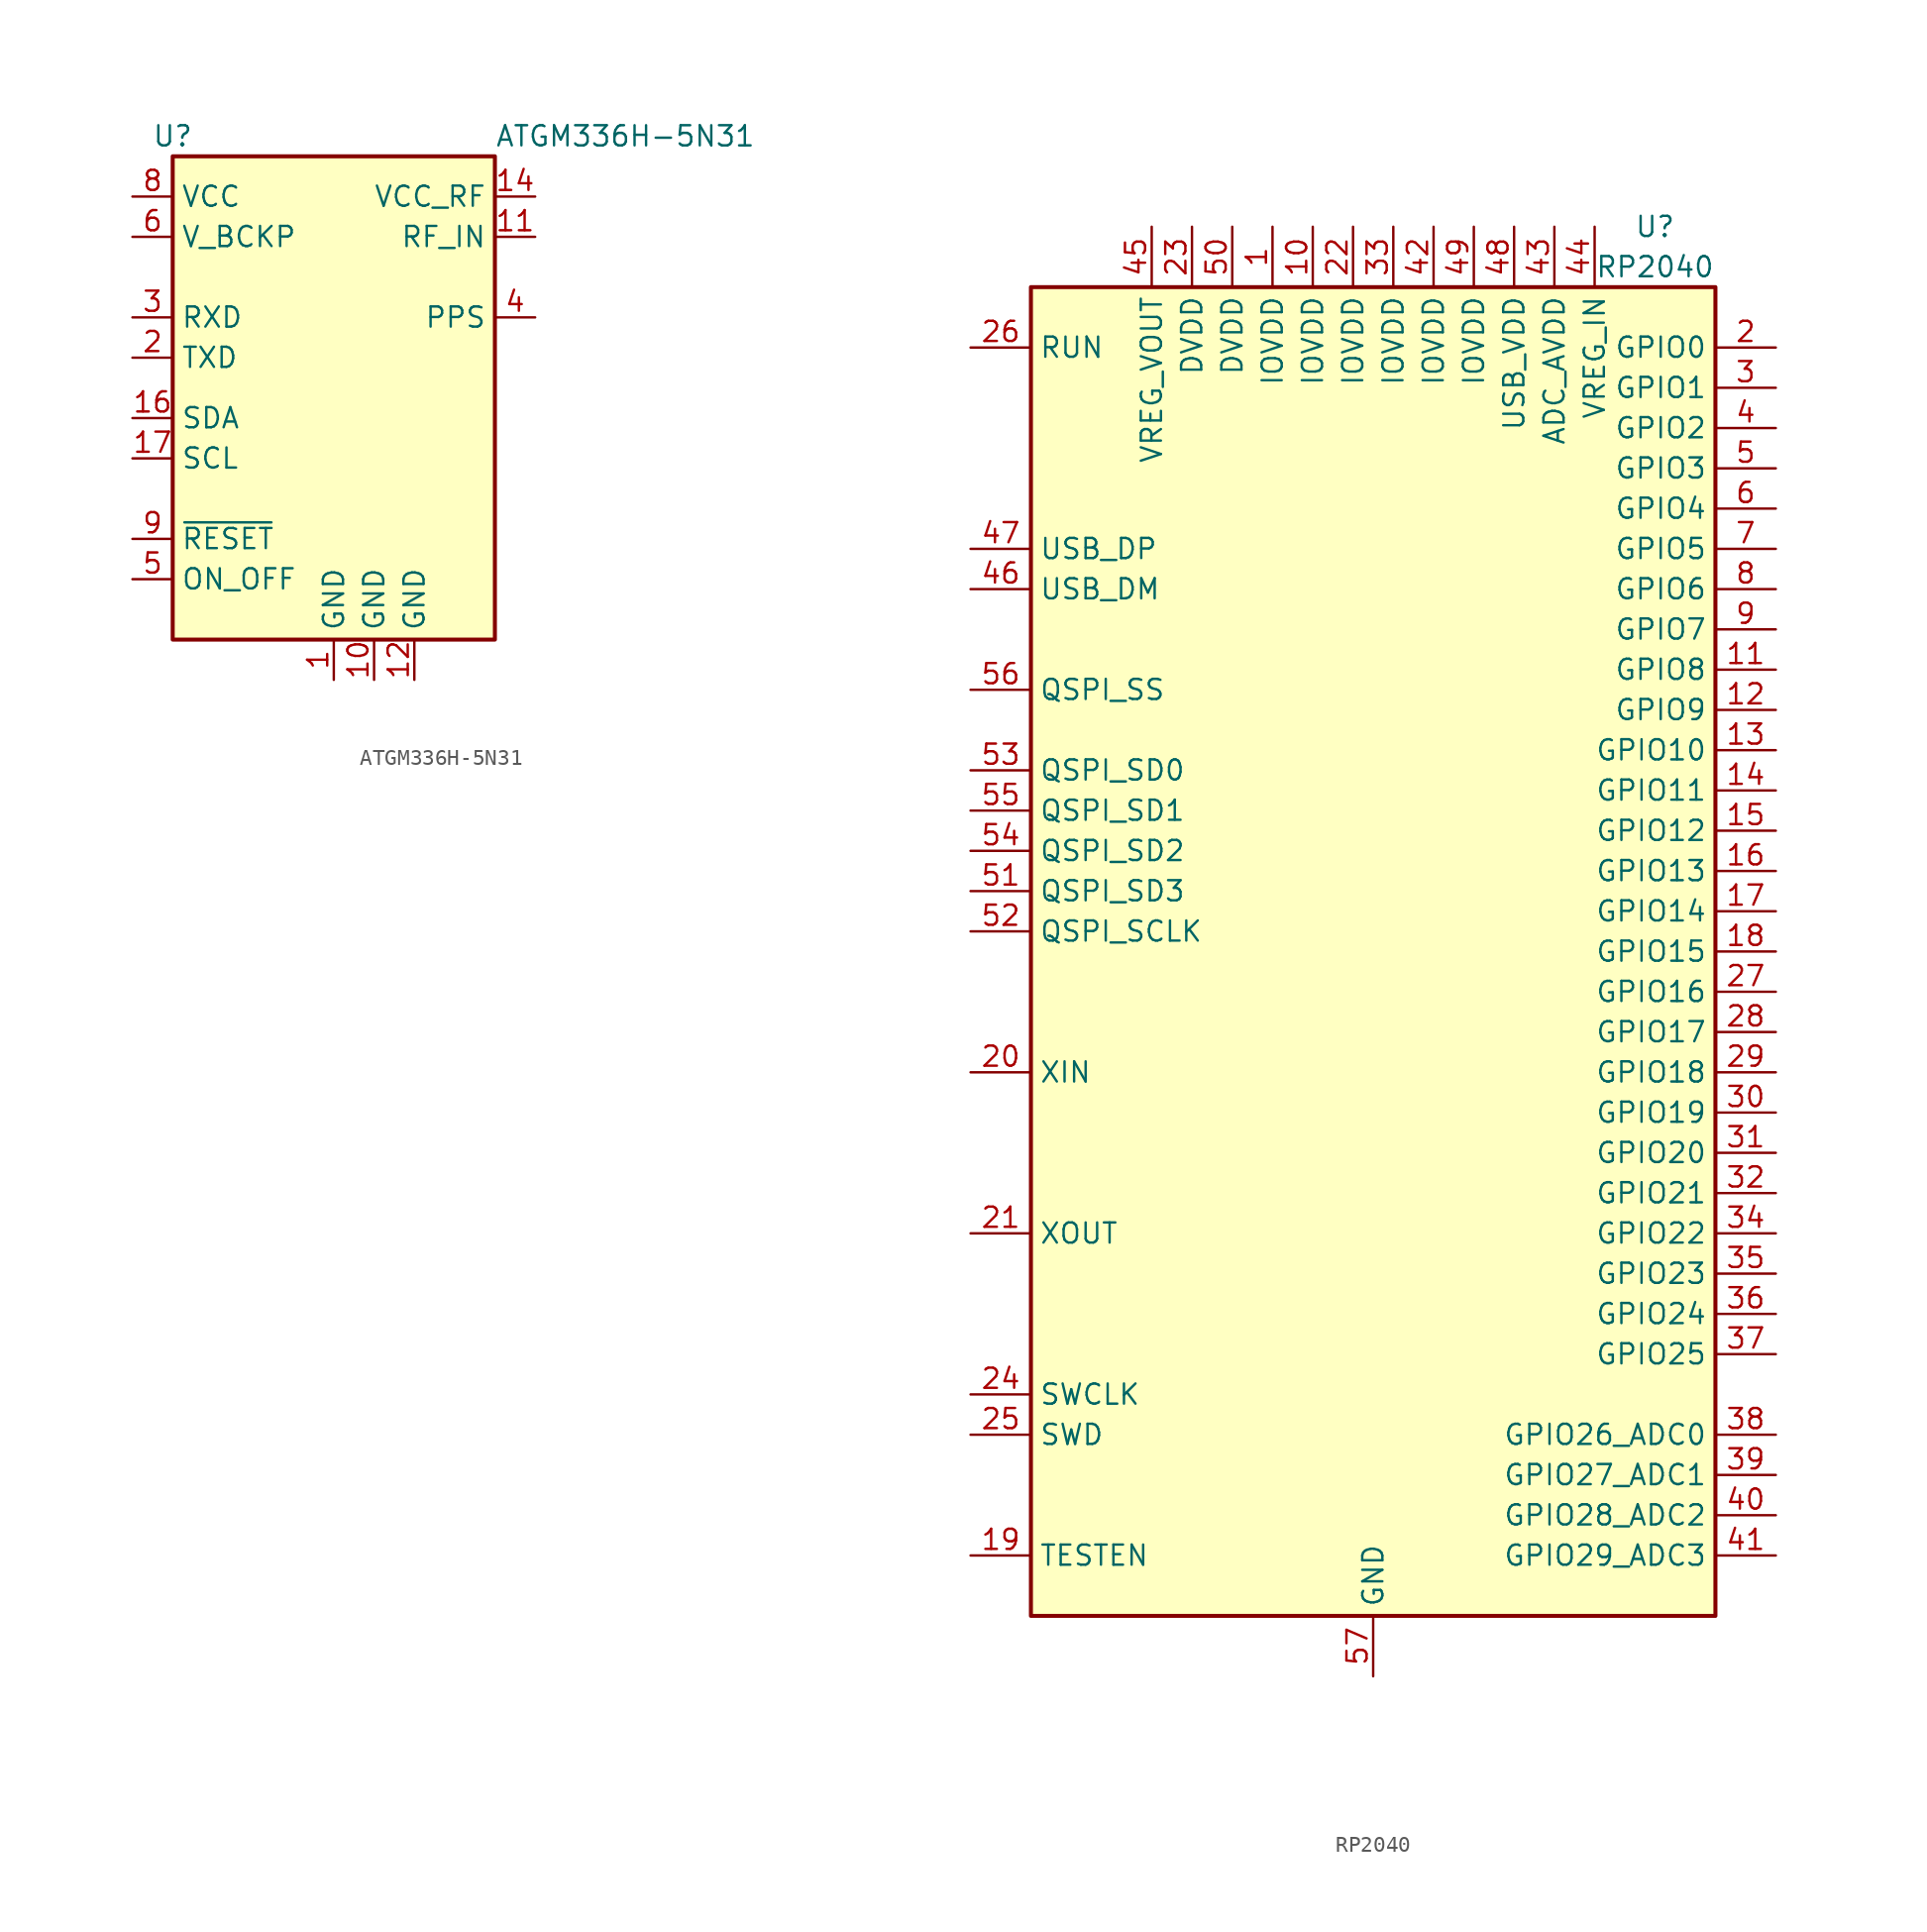
<source format=kicad_sym>
(kicad_symbol_lib
  (version 20241209)
  (generator "kicad_symbol_editor")
  (generator_version "9.0")
  (symbol "ATGM336H-5N31"
    (property "Reference" "U"
      (at -10.16 15.24 0)
      (effects (font (size 1.27 1.27))))
    (property "Value" "ATGM336H-5N31"
      (at 10.16 15.24 0)
      (effects (font (size 1.27 1.27)) (justify left)))
    (symbol "ATGM336H-5N31_0_1"
      (rectangle (start -10.16 13.97) (end 10.16 -16.51) (stroke (width 0.254) (type default)) (fill (type background))))
    (symbol "ATGM336H-5N31_1_1"
      (pin power_in line (at -12.7 11.43 0) (length 2.54) (name "VCC" (effects (font (size 1.27 1.27)))) (number "8" (effects (font (size 1.27 1.27)))))
      (pin power_in line (at -12.7 8.89 0) (length 2.54) (name "V_BCKP" (effects (font (size 1.27 1.27)))) (number "6" (effects (font (size 1.27 1.27)))))
      (pin input line (at -12.7 3.81 0) (length 2.54) (name "RXD" (effects (font (size 1.27 1.27)))) (number "3" (effects (font (size 1.27 1.27)))))
      (pin output line (at -12.7 1.27 0) (length 2.54) (name "TXD" (effects (font (size 1.27 1.27)))) (number "2" (effects (font (size 1.27 1.27)))))
      (pin bidirectional line (at -12.7 -2.54 0) (length 2.54) (name "SDA" (effects (font (size 1.27 1.27)))) (number "16" (effects (font (size 1.27 1.27)))))
      (pin input line (at -12.7 -5.08 0) (length 2.54) (name "SCL" (effects (font (size 1.27 1.27)))) (number "17" (effects (font (size 1.27 1.27)))))
      (pin input line (at -12.7 -10.16 0) (length 2.54) (name "~{RESET}" (effects (font (size 1.27 1.27)))) (number "9" (effects (font (size 1.27 1.27)))))
      (pin input line (at -12.7 -12.7 0) (length 2.54) (name "ON_OFF" (effects (font (size 1.27 1.27)))) (number "5" (effects (font (size 1.27 1.27)))))
      (pin power_in line (at 0 -19.05 90) (length 2.54) (name "GND" (effects (font (size 1.27 1.27)))) (number "1" (effects (font (size 1.27 1.27)))))
      (pin power_in line (at 2.54 -19.05 90) (length 2.54) (name "GND" (effects (font (size 1.27 1.27)))) (number "10" (effects (font (size 1.27 1.27)))))
      (pin power_in line (at 5.08 -19.05 90) (length 2.54) (name "GND" (effects (font (size 1.27 1.27)))) (number "12" (effects (font (size 1.27 1.27)))))
      (pin power_out line (at 12.7 11.43 180) (length 2.54) (name "VCC_RF" (effects (font (size 1.27 1.27)))) (number "14" (effects (font (size 1.27 1.27)))))
      (pin input line (at 12.7 8.89 180) (length 2.54) (name "RF_IN" (effects (font (size 1.27 1.27)))) (number "11" (effects (font (size 1.27 1.27)))))
      (pin output line (at 12.7 3.81 180) (length 2.54) (name "PPS" (effects (font (size 1.27 1.27)))) (number "4" (effects (font (size 1.27 1.27)))))
      (pin no_connect line (at 12.7 -1.27 180) (length 2.54) (hide yes) (name "NC" (effects (font (size 1.27 1.27)))) (number "7" (effects (font (size 1.27 1.27)))))
      (pin no_connect line (at 12.7 -3.81 180) (length 2.54) (hide yes) (name "NC" (effects (font (size 1.27 1.27)))) (number "18" (effects (font (size 1.27 1.27)))))
      (pin no_connect line (at 12.7 -6.35 180) (length 2.54) (hide yes) (name "NC" (effects (font (size 1.27 1.27)))) (number "13" (effects (font (size 1.27 1.27)))))
      (pin no_connect line (at 12.7 -8.89 180) (length 2.54) (hide yes) (name "NC" (effects (font (size 1.27 1.27)))) (number "15" (effects (font (size 1.27 1.27)))))))
  (symbol "RP2040"
    (property "Reference" "U"
      (at 17.78 45.72 0)
      (effects (font (size 1.27 1.27))))
    (property "Value" "RP2040"
      (at 17.78 43.18 0)
      (effects (font (size 1.27 1.27))))
    (symbol "RP2040_0_1"
      (rectangle (start -21.59 41.91) (end 21.59 -41.91) (stroke (width 0.254) (type default)) (fill (type background))))
    (symbol "RP2040_1_1"
      (pin input line (at -25.4 38.1 0) (length 3.81) (name "RUN" (effects (font (size 1.27 1.27)))) (number "26" (effects (font (size 1.27 1.27)))))
      (pin bidirectional line (at -25.4 25.4 0) (length 3.81) (name "USB_DP" (effects (font (size 1.27 1.27)))) (number "47" (effects (font (size 1.27 1.27)))))
      (pin bidirectional line (at -25.4 22.86 0) (length 3.81) (name "USB_DM" (effects (font (size 1.27 1.27)))) (number "46" (effects (font (size 1.27 1.27)))))
      (pin bidirectional line (at -25.4 16.51 0) (length 3.81) (name "QSPI_SS" (effects (font (size 1.27 1.27)))) (number "56" (effects (font (size 1.27 1.27)))))
      (pin bidirectional line (at -25.4 11.43 0) (length 3.81) (name "QSPI_SD0" (effects (font (size 1.27 1.27)))) (number "53" (effects (font (size 1.27 1.27)))))
      (pin bidirectional line (at -25.4 8.89 0) (length 3.81) (name "QSPI_SD1" (effects (font (size 1.27 1.27)))) (number "55" (effects (font (size 1.27 1.27)))))
      (pin bidirectional line (at -25.4 6.35 0) (length 3.81) (name "QSPI_SD2" (effects (font (size 1.27 1.27)))) (number "54" (effects (font (size 1.27 1.27)))))
      (pin bidirectional line (at -25.4 3.81 0) (length 3.81) (name "QSPI_SD3" (effects (font (size 1.27 1.27)))) (number "51" (effects (font (size 1.27 1.27)))))
      (pin output line (at -25.4 1.27 0) (length 3.81) (name "QSPI_SCLK" (effects (font (size 1.27 1.27)))) (number "52" (effects (font (size 1.27 1.27)))))
      (pin input line (at -25.4 -7.62 0) (length 3.81) (name "XIN" (effects (font (size 1.27 1.27)))) (number "20" (effects (font (size 1.27 1.27)))))
      (pin passive line (at -25.4 -17.78 0) (length 3.81) (name "XOUT" (effects (font (size 1.27 1.27)))) (number "21" (effects (font (size 1.27 1.27)))))
      (pin input line (at -25.4 -27.94 0) (length 3.81) (name "SWCLK" (effects (font (size 1.27 1.27)))) (number "24" (effects (font (size 1.27 1.27)))))
      (pin bidirectional line (at -25.4 -30.48 0) (length 3.81) (name "SWD" (effects (font (size 1.27 1.27)))) (number "25" (effects (font (size 1.27 1.27)))))
      (pin input line (at -25.4 -38.1 0) (length 3.81) (name "TESTEN" (effects (font (size 1.27 1.27)))) (number "19" (effects (font (size 1.27 1.27)))))
      (pin power_out line (at -13.97 45.72 270) (length 3.81) (name "VREG_VOUT" (effects (font (size 1.27 1.27)))) (number "45" (effects (font (size 1.27 1.27)))))
      (pin power_in line (at -11.43 45.72 270) (length 3.81) (name "DVDD" (effects (font (size 1.27 1.27)))) (number "23" (effects (font (size 1.27 1.27)))))
      (pin passive line (at -8.89 45.72 270) (length 3.81) (name "DVDD" (effects (font (size 1.27 1.27)))) (number "50" (effects (font (size 1.27 1.27)))))
      (pin power_in line (at -6.35 45.72 270) (length 3.81) (name "IOVDD" (effects (font (size 1.27 1.27)))) (number "1" (effects (font (size 1.27 1.27)))))
      (pin passive line (at -3.81 45.72 270) (length 3.81) (name "IOVDD" (effects (font (size 1.27 1.27)))) (number "10" (effects (font (size 1.27 1.27)))))
      (pin passive line (at -1.27 45.72 270) (length 3.81) (name "IOVDD" (effects (font (size 1.27 1.27)))) (number "22" (effects (font (size 1.27 1.27)))))
      (pin power_in line (at 0 -45.72 90) (length 3.81) (name "GND" (effects (font (size 1.27 1.27)))) (number "57" (effects (font (size 1.27 1.27)))))
      (pin passive line (at 1.27 45.72 270) (length 3.81) (name "IOVDD" (effects (font (size 1.27 1.27)))) (number "33" (effects (font (size 1.27 1.27)))))
      (pin passive line (at 3.81 45.72 270) (length 3.81) (name "IOVDD" (effects (font (size 1.27 1.27)))) (number "42" (effects (font (size 1.27 1.27)))))
      (pin passive line (at 6.35 45.72 270) (length 3.81) (name "IOVDD" (effects (font (size 1.27 1.27)))) (number "49" (effects (font (size 1.27 1.27)))))
      (pin power_in line (at 8.89 45.72 270) (length 3.81) (name "USB_VDD" (effects (font (size 1.27 1.27)))) (number "48" (effects (font (size 1.27 1.27)))))
      (pin power_in line (at 11.43 45.72 270) (length 3.81) (name "ADC_AVDD" (effects (font (size 1.27 1.27)))) (number "43" (effects (font (size 1.27 1.27)))))
      (pin power_in line (at 13.97 45.72 270) (length 3.81) (name "VREG_IN" (effects (font (size 1.27 1.27)))) (number "44" (effects (font (size 1.27 1.27)))))
      (pin bidirectional line (at 25.4 38.1 180) (length 3.81) (name "GPIO0" (effects (font (size 1.27 1.27)))) (number "2" (effects (font (size 1.27 1.27)))))
      (pin bidirectional line (at 25.4 35.56 180) (length 3.81) (name "GPIO1" (effects (font (size 1.27 1.27)))) (number "3" (effects (font (size 1.27 1.27)))))
      (pin bidirectional line (at 25.4 33.02 180) (length 3.81) (name "GPIO2" (effects (font (size 1.27 1.27)))) (number "4" (effects (font (size 1.27 1.27)))))
      (pin bidirectional line (at 25.4 30.48 180) (length 3.81) (name "GPIO3" (effects (font (size 1.27 1.27)))) (number "5" (effects (font (size 1.27 1.27)))))
      (pin bidirectional line (at 25.4 27.94 180) (length 3.81) (name "GPIO4" (effects (font (size 1.27 1.27)))) (number "6" (effects (font (size 1.27 1.27)))))
      (pin bidirectional line (at 25.4 25.4 180) (length 3.81) (name "GPIO5" (effects (font (size 1.27 1.27)))) (number "7" (effects (font (size 1.27 1.27)))))
      (pin bidirectional line (at 25.4 22.86 180) (length 3.81) (name "GPIO6" (effects (font (size 1.27 1.27)))) (number "8" (effects (font (size 1.27 1.27)))))
      (pin bidirectional line (at 25.4 20.32 180) (length 3.81) (name "GPIO7" (effects (font (size 1.27 1.27)))) (number "9" (effects (font (size 1.27 1.27)))))
      (pin bidirectional line (at 25.4 17.78 180) (length 3.81) (name "GPIO8" (effects (font (size 1.27 1.27)))) (number "11" (effects (font (size 1.27 1.27)))))
      (pin bidirectional line (at 25.4 15.24 180) (length 3.81) (name "GPIO9" (effects (font (size 1.27 1.27)))) (number "12" (effects (font (size 1.27 1.27)))))
      (pin bidirectional line (at 25.4 12.7 180) (length 3.81) (name "GPIO10" (effects (font (size 1.27 1.27)))) (number "13" (effects (font (size 1.27 1.27)))))
      (pin bidirectional line (at 25.4 10.16 180) (length 3.81) (name "GPIO11" (effects (font (size 1.27 1.27)))) (number "14" (effects (font (size 1.27 1.27)))))
      (pin bidirectional line (at 25.4 7.62 180) (length 3.81) (name "GPIO12" (effects (font (size 1.27 1.27)))) (number "15" (effects (font (size 1.27 1.27)))))
      (pin bidirectional line (at 25.4 5.08 180) (length 3.81) (name "GPIO13" (effects (font (size 1.27 1.27)))) (number "16" (effects (font (size 1.27 1.27)))))
      (pin bidirectional line (at 25.4 2.54 180) (length 3.81) (name "GPIO14" (effects (font (size 1.27 1.27)))) (number "17" (effects (font (size 1.27 1.27)))))
      (pin bidirectional line (at 25.4 0 180) (length 3.81) (name "GPIO15" (effects (font (size 1.27 1.27)))) (number "18" (effects (font (size 1.27 1.27)))))
      (pin bidirectional line (at 25.4 -2.54 180) (length 3.81) (name "GPIO16" (effects (font (size 1.27 1.27)))) (number "27" (effects (font (size 1.27 1.27)))))
      (pin bidirectional line (at 25.4 -5.08 180) (length 3.81) (name "GPIO17" (effects (font (size 1.27 1.27)))) (number "28" (effects (font (size 1.27 1.27)))))
      (pin bidirectional line (at 25.4 -7.62 180) (length 3.81) (name "GPIO18" (effects (font (size 1.27 1.27)))) (number "29" (effects (font (size 1.27 1.27)))))
      (pin bidirectional line (at 25.4 -10.16 180) (length 3.81) (name "GPIO19" (effects (font (size 1.27 1.27)))) (number "30" (effects (font (size 1.27 1.27)))))
      (pin bidirectional line (at 25.4 -12.7 180) (length 3.81) (name "GPIO20" (effects (font (size 1.27 1.27)))) (number "31" (effects (font (size 1.27 1.27)))))
      (pin bidirectional line (at 25.4 -15.24 180) (length 3.81) (name "GPIO21" (effects (font (size 1.27 1.27)))) (number "32" (effects (font (size 1.27 1.27)))))
      (pin bidirectional line (at 25.4 -17.78 180) (length 3.81) (name "GPIO22" (effects (font (size 1.27 1.27)))) (number "34" (effects (font (size 1.27 1.27)))))
      (pin bidirectional line (at 25.4 -20.32 180) (length 3.81) (name "GPIO23" (effects (font (size 1.27 1.27)))) (number "35" (effects (font (size 1.27 1.27)))))
      (pin bidirectional line (at 25.4 -22.86 180) (length 3.81) (name "GPIO24" (effects (font (size 1.27 1.27)))) (number "36" (effects (font (size 1.27 1.27)))))
      (pin bidirectional line (at 25.4 -25.4 180) (length 3.81) (name "GPIO25" (effects (font (size 1.27 1.27)))) (number "37" (effects (font (size 1.27 1.27)))))
      (pin bidirectional line (at 25.4 -30.48 180) (length 3.81) (name "GPIO26_ADC0" (effects (font (size 1.27 1.27)))) (number "38" (effects (font (size 1.27 1.27)))))
      (pin bidirectional line (at 25.4 -33.02 180) (length 3.81) (name "GPIO27_ADC1" (effects (font (size 1.27 1.27)))) (number "39" (effects (font (size 1.27 1.27)))))
      (pin bidirectional line (at 25.4 -35.56 180) (length 3.81) (name "GPIO28_ADC2" (effects (font (size 1.27 1.27)))) (number "40" (effects (font (size 1.27 1.27)))))
      (pin bidirectional line (at 25.4 -38.1 180) (length 3.81) (name "GPIO29_ADC3" (effects (font (size 1.27 1.27)))) (number "41" (effects (font (size 1.27 1.27))))))))
</source>
